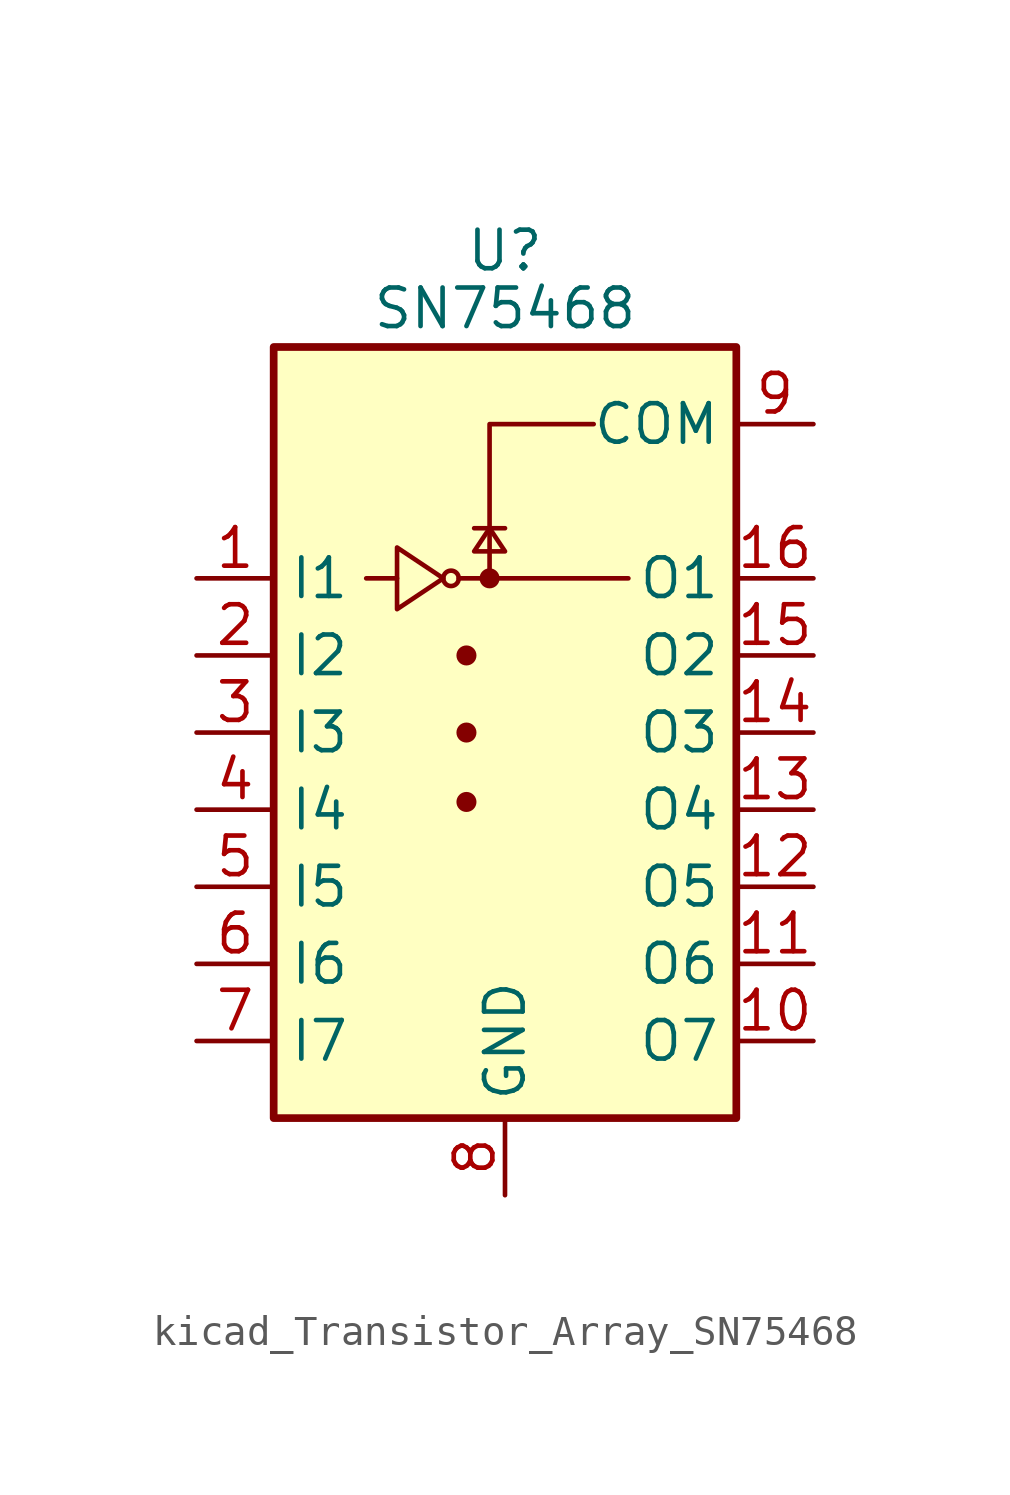
<source format=kicad_sym>
(kicad_symbol_lib
  (version 20220914)
  (generator kicad_symbol_editor)
  (symbol "kicad_Transistor_Array_SN75468"
    (property "Reference" "U"
      (at 0 15.875 0)
      (effects (font (size 1.27 1.27))))
    (property "Value" "SN75468"
      (at 0 13.97 0)
      (effects (font (size 1.27 1.27))))
    (symbol "kicad_Transistor_Array_SN75468_0_1"
      (rectangle (start -7.62 -12.7) (end 7.62 12.7) (stroke (width 0.254) (type default)) (fill (type background)))
      (circle (center -1.778 5.08) (radius 0.254) (stroke (width 0) (type default)) (fill (type none)))
      (circle (center -1.27 -2.286) (radius 0.254) (stroke (width 0) (type default)) (fill (type outline)))
      (circle (center -1.27 0) (radius 0.254) (stroke (width 0) (type default)) (fill (type outline)))
      (circle (center -1.27 2.54) (radius 0.254) (stroke (width 0) (type default)) (fill (type outline)))
      (circle (center -0.508 5.08) (radius 0.254) (stroke (width 0) (type default)) (fill (type outline)))
      (polyline (pts (xy -4.572 5.08) (xy -3.556 5.08)) (stroke (width 0) (type default)) (fill (type none)))
      (polyline (pts (xy -1.524 5.08) (xy 4.064 5.08)) (stroke (width 0) (type default)) (fill (type none)))
      (polyline (pts (xy 0 6.731) (xy -1.016 6.731)) (stroke (width 0) (type default)) (fill (type none)))
      (polyline (pts (xy -0.508 5.08) (xy -0.508 10.16) (xy 2.921 10.16)) (stroke (width 0) (type default)) (fill (type none)))
      (polyline (pts (xy -3.556 6.096) (xy -3.556 4.064) (xy -2.032 5.08) (xy -3.556 6.096)) (stroke (width 0) (type default)) (fill (type none)))
      (polyline (pts (xy 0 5.969) (xy -1.016 5.969) (xy -0.508 6.731) (xy 0 5.969)) (stroke (width 0) (type default)) (fill (type none))))
    (symbol "kicad_Transistor_Array_SN75468_1_1"
      (pin input line (at -10.16 5.08 0) (length 2.54) (name "I1" (effects (font (size 1.27 1.27)))) (number "1" (effects (font (size 1.27 1.27)))))
      (pin open_collector line (at 10.16 -10.16 180) (length 2.54) (name "O7" (effects (font (size 1.27 1.27)))) (number "10" (effects (font (size 1.27 1.27)))))
      (pin open_collector line (at 10.16 -7.62 180) (length 2.54) (name "O6" (effects (font (size 1.27 1.27)))) (number "11" (effects (font (size 1.27 1.27)))))
      (pin open_collector line (at 10.16 -5.08 180) (length 2.54) (name "O5" (effects (font (size 1.27 1.27)))) (number "12" (effects (font (size 1.27 1.27)))))
      (pin open_collector line (at 10.16 -2.54 180) (length 2.54) (name "O4" (effects (font (size 1.27 1.27)))) (number "13" (effects (font (size 1.27 1.27)))))
      (pin open_collector line (at 10.16 0 180) (length 2.54) (name "O3" (effects (font (size 1.27 1.27)))) (number "14" (effects (font (size 1.27 1.27)))))
      (pin open_collector line (at 10.16 2.54 180) (length 2.54) (name "O2" (effects (font (size 1.27 1.27)))) (number "15" (effects (font (size 1.27 1.27)))))
      (pin open_collector line (at 10.16 5.08 180) (length 2.54) (name "O1" (effects (font (size 1.27 1.27)))) (number "16" (effects (font (size 1.27 1.27)))))
      (pin input line (at -10.16 2.54 0) (length 2.54) (name "I2" (effects (font (size 1.27 1.27)))) (number "2" (effects (font (size 1.27 1.27)))))
      (pin input line (at -10.16 0 0) (length 2.54) (name "I3" (effects (font (size 1.27 1.27)))) (number "3" (effects (font (size 1.27 1.27)))))
      (pin input line (at -10.16 -2.54 0) (length 2.54) (name "I4" (effects (font (size 1.27 1.27)))) (number "4" (effects (font (size 1.27 1.27)))))
      (pin input line (at -10.16 -5.08 0) (length 2.54) (name "I5" (effects (font (size 1.27 1.27)))) (number "5" (effects (font (size 1.27 1.27)))))
      (pin input line (at -10.16 -7.62 0) (length 2.54) (name "I6" (effects (font (size 1.27 1.27)))) (number "6" (effects (font (size 1.27 1.27)))))
      (pin input line (at -10.16 -10.16 0) (length 2.54) (name "I7" (effects (font (size 1.27 1.27)))) (number "7" (effects (font (size 1.27 1.27)))))
      (pin power_in line (at 0 -15.24 90) (length 2.54) (name "GND" (effects (font (size 1.27 1.27)))) (number "8" (effects (font (size 1.27 1.27)))))
      (pin passive line (at 10.16 10.16 180) (length 2.54) (name "COM" (effects (font (size 1.27 1.27)))) (number "9" (effects (font (size 1.27 1.27))))))))
</source>
